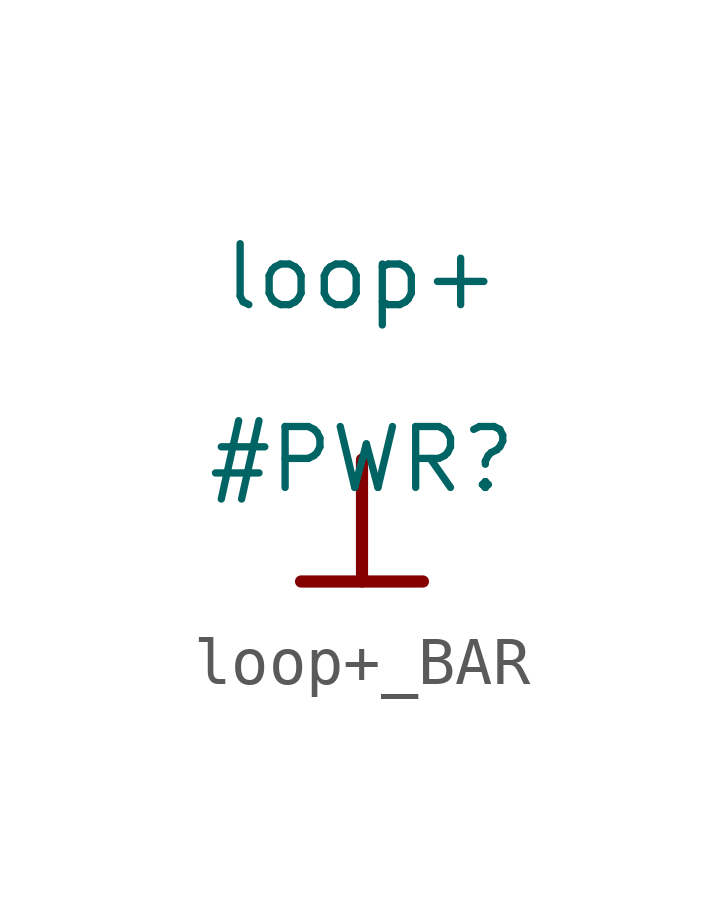
<source format=kicad_sym>
(kicad_symbol_lib
  (version 20231120)
  (generator "kicad_symbol_editor")
  (generator_version "8.0")
  (symbol "loop+_BAR"
    (power)
    (property "Reference" "#PWR"
      (at 0 0 0)
      (effects (font (size 1.27 1.27))))
    (property "Value" "loop+"
      (at 0 3.81 0)
      (effects (font (size 1.27 1.27))))
    (symbol "loop+_BAR_0_0"
      (polyline (pts (xy -1.27 -2.54) (xy 1.27 -2.54)) (stroke (width 0.254) (type solid)) (fill (type none)))
      (polyline (pts (xy 0 0) (xy 0 -2.54)) (stroke (width 0.254) (type solid)) (fill (type none)))
      (pin power_in line (at 0 0 0) (length 0) hide (name "loop+" (effects (font (size 1.27 1.27)))) (number "" (effects (font (size 1.27 1.27))))))))
</source>
